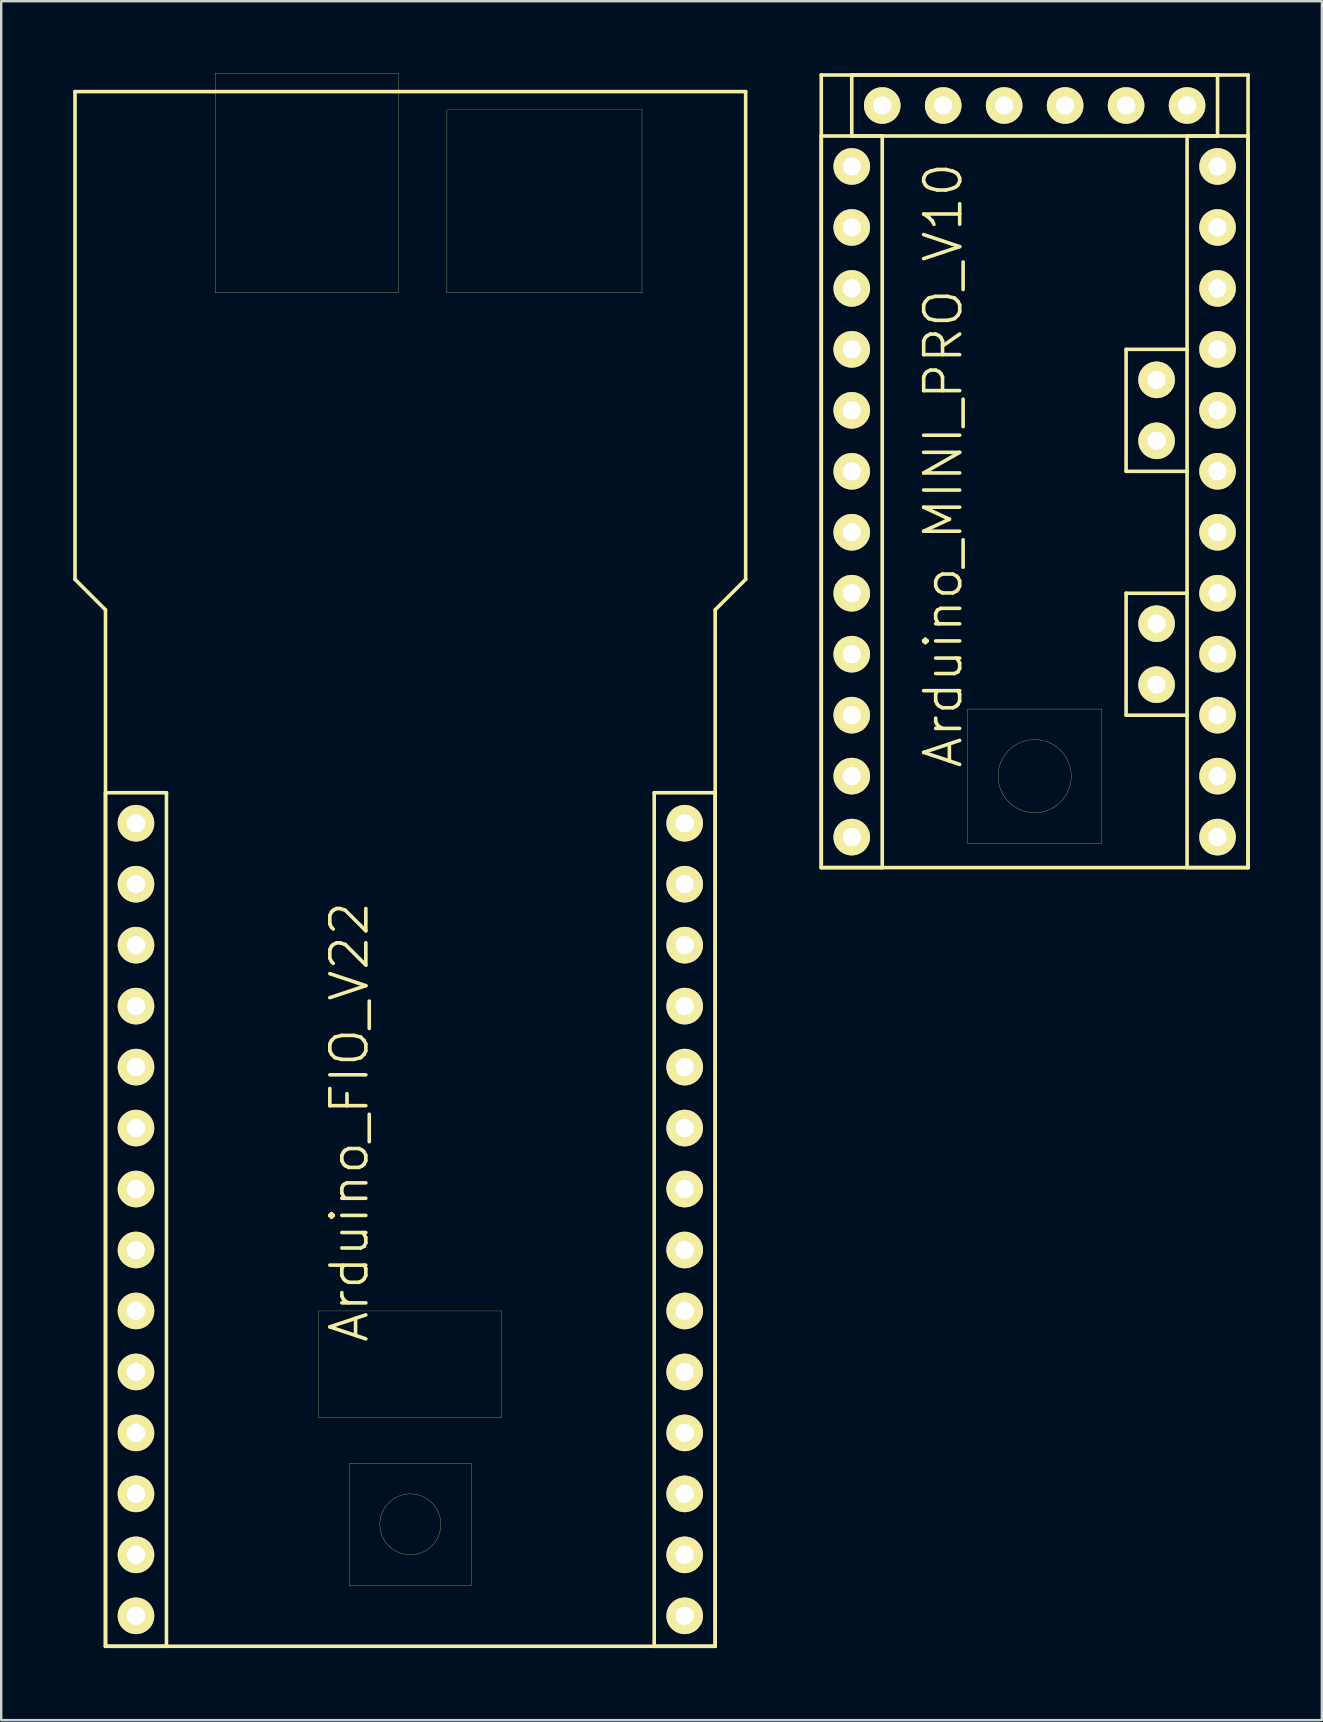
<source format=kicad_pcb>
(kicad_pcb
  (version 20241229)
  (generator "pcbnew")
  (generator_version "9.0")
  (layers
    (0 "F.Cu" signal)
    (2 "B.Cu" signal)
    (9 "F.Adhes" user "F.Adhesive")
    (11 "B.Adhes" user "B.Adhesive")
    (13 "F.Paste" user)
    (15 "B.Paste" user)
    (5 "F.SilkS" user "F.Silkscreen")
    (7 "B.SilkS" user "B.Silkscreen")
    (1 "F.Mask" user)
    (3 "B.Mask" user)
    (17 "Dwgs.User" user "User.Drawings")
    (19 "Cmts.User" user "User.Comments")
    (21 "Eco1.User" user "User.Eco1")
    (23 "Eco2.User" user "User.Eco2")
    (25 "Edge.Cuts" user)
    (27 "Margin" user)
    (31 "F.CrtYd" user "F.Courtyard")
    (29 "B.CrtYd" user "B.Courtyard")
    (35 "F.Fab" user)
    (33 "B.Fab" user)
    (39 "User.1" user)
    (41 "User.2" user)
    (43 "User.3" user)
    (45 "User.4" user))
  (footprint "Arduino_FIO_V22"
    (layer "F.Cu")
    (at 14.045 47.757)
    (property "Reference" "Arduino_FIO_V22" (at -2.54 -4.064 90) (layer "F.SilkS") (effects (font (size 1.5 1.5) (thickness 0.15))))
    (attr through_hole)
    (fp_line (start -13.97 -46.99) (end -13.97 -26.67) (stroke (width 0.15) (type solid)) (layer "F.SilkS"))
    (fp_line (start -13.97 -26.67) (end -12.7 -25.4) (stroke (width 0.15) (type solid)) (layer "F.SilkS"))
    (fp_line (start -12.7 -25.4) (end -12.7 17.78) (stroke (width 0.15) (type solid)) (layer "F.SilkS"))
    (fp_line (start -12.7 -17.78) (end -10.16 -17.78) (stroke (width 0.15) (type solid)) (layer "F.SilkS"))
    (fp_line (start -12.7 17.78) (end -12.7 -17.78) (stroke (width 0.15) (type solid)) (layer "F.SilkS"))
    (fp_line (start -12.7 17.78) (end 12.7 17.78) (stroke (width 0.15) (type solid)) (layer "F.SilkS"))
    (fp_line (start -10.16 -17.78) (end -10.16 17.78) (stroke (width 0.15) (type solid)) (layer "F.SilkS"))
    (fp_line (start -10.16 17.78) (end -12.7 17.78) (stroke (width 0.15) (type solid)) (layer "F.SilkS"))
    (fp_line (start -8.128 -47.752) (end -0.508 -47.752) (stroke (width 0.01) (type solid)) (layer "F.SilkS"))
    (fp_line (start -8.128 -38.608) (end -8.128 -47.752) (stroke (width 0.01) (type solid)) (layer "F.SilkS"))
    (fp_line (start -3.81 8.255) (end -3.81 3.81) (stroke (width 0.01) (type solid)) (layer "F.SilkS"))
    (fp_line (start -2.54 10.16) (end -2.54 15.24) (stroke (width 0.01) (type solid)) (layer "F.SilkS"))
    (fp_line (start -2.54 15.24) (end 2.54 15.24) (stroke (width 0.01) (type solid)) (layer "F.SilkS"))
    (fp_line (start -0.508 -47.752) (end -0.508 -38.608) (stroke (width 0.01) (type solid)) (layer "F.SilkS"))
    (fp_line (start -0.508 -38.608) (end -8.128 -38.608) (stroke (width 0.01) (type solid)) (layer "F.SilkS"))
    (fp_line (start 1.524 -46.228) (end 1.524 -38.608) (stroke (width 0.01) (type solid)) (layer "F.SilkS"))
    (fp_line (start 1.524 -38.608) (end 9.652 -38.608) (stroke (width 0.01) (type solid)) (layer "F.SilkS"))
    (fp_line (start 2.54 10.16) (end -2.54 10.16) (stroke (width 0.01) (type solid)) (layer "F.SilkS"))
    (fp_line (start 2.54 15.24) (end 2.54 10.16) (stroke (width 0.01) (type solid)) (layer "F.SilkS"))
    (fp_line (start 3.81 3.81) (end -3.81 3.81) (stroke (width 0.01) (type solid)) (layer "F.SilkS"))
    (fp_line (start 3.81 3.81) (end 3.81 8.255) (stroke (width 0.01) (type solid)) (layer "F.SilkS"))
    (fp_line (start 3.81 8.255) (end -3.81 8.255) (stroke (width 0.01) (type solid)) (layer "F.SilkS"))
    (fp_line (start 9.652 -46.228) (end 1.524 -46.228) (stroke (width 0.01) (type solid)) (layer "F.SilkS"))
    (fp_line (start 9.652 -38.608) (end 9.652 -46.228) (stroke (width 0.01) (type solid)) (layer "F.SilkS"))
    (fp_line (start 10.16 -17.78) (end 12.7 -17.78) (stroke (width 0.15) (type solid)) (layer "F.SilkS"))
    (fp_line (start 10.16 17.78) (end 10.16 -17.78) (stroke (width 0.15) (type solid)) (layer "F.SilkS"))
    (fp_line (start 12.7 -25.4) (end 13.97 -26.67) (stroke (width 0.15) (type solid)) (layer "F.SilkS"))
    (fp_line (start 12.7 -17.78) (end 12.7 17.78) (stroke (width 0.15) (type solid)) (layer "F.SilkS"))
    (fp_line (start 12.7 17.78) (end 10.16 17.78) (stroke (width 0.15) (type solid)) (layer "F.SilkS"))
    (fp_line (start 12.7 17.78) (end 12.7 -25.4) (stroke (width 0.15) (type solid)) (layer "F.SilkS"))
    (fp_line (start 13.97 -46.99) (end -13.97 -46.99) (stroke (width 0.15) (type solid)) (layer "F.SilkS"))
    (fp_line (start 13.97 -26.67) (end 13.97 -46.99) (stroke (width 0.15) (type solid)) (layer "F.SilkS"))
    (fp_circle (center 0 12.7) (end -1.27 12.7) (stroke (width 0.01) (type solid)) (fill no) (layer "F.SilkS"))
    (pad "2" thru_hole circle (at -11.43 -11.43) (size 1.524 1.524) (drill 0.762) (layers "*.Cu" "*.Mask" "F.SilkS"))
    (pad "3" thru_hole circle (at -11.43 -8.89) (size 1.524 1.524) (drill 0.762) (layers "*.Cu" "*.Mask" "F.SilkS"))
    (pad "3V31" thru_hole circle (at -11.43 -16.51) (size 1.524 1.524) (drill 0.762) (layers "*.Cu" "*.Mask" "F.SilkS"))
    (pad "3V32" thru_hole circle (at 11.43 -11.43) (size 1.524 1.524) (drill 0.762) (layers "*.Cu" "*.Mask" "F.SilkS"))
    (pad "4" thru_hole circle (at -11.43 -6.35) (size 1.524 1.524) (drill 0.762) (layers "*.Cu" "*.Mask" "F.SilkS"))
    (pad "5" thru_hole circle (at -11.43 -3.81) (size 1.524 1.524) (drill 0.762) (layers "*.Cu" "*.Mask" "F.SilkS"))
    (pad "6" thru_hole circle (at -11.43 -1.27) (size 1.524 1.524) (drill 0.762) (layers "*.Cu" "*.Mask" "F.SilkS"))
    (pad "7" thru_hole circle (at -11.43 1.27) (size 1.524 1.524) (drill 0.762) (layers "*.Cu" "*.Mask" "F.SilkS"))
    (pad "8" thru_hole circle (at -11.43 3.81) (size 1.524 1.524) (drill 0.762) (layers "*.Cu" "*.Mask" "F.SilkS"))
    (pad "9" thru_hole circle (at -11.43 6.35) (size 1.524 1.524) (drill 0.762) (layers "*.Cu" "*.Mask" "F.SilkS"))
    (pad "10" thru_hole circle (at -11.43 8.89) (size 1.524 1.524) (drill 0.762) (layers "*.Cu" "*.Mask" "F.SilkS"))
    (pad "11" thru_hole circle (at -11.43 11.43) (size 1.524 1.524) (drill 0.762) (layers "*.Cu" "*.Mask" "F.SilkS"))
    (pad "12" thru_hole circle (at -11.43 13.97) (size 1.524 1.524) (drill 0.762) (layers "*.Cu" "*.Mask" "F.SilkS"))
    (pad "13" thru_hole circle (at -11.43 16.51) (size 1.524 1.524) (drill 0.762) (layers "*.Cu" "*.Mask" "F.SilkS"))
    (pad "A0" thru_hole circle (at 11.43 -1.27) (size 1.524 1.524) (drill 0.762) (layers "*.Cu" "*.Mask" "F.SilkS"))
    (pad "A1" thru_hole circle (at 11.43 1.27) (size 1.524 1.524) (drill 0.762) (layers "*.Cu" "*.Mask" "F.SilkS"))
    (pad "A2" thru_hole circle (at 11.43 3.81) (size 1.524 1.524) (drill 0.762) (layers "*.Cu" "*.Mask" "F.SilkS"))
    (pad "A3" thru_hole circle (at 11.43 6.35) (size 1.524 1.524) (drill 0.762) (layers "*.Cu" "*.Mask" "F.SilkS"))
    (pad "A4" thru_hole circle (at 11.43 8.89) (size 1.524 1.524) (drill 0.762) (layers "*.Cu" "*.Mask" "F.SilkS"))
    (pad "A5" thru_hole circle (at 11.43 11.43) (size 1.524 1.524) (drill 0.762) (layers "*.Cu" "*.Mask" "F.SilkS"))
    (pad "A6" thru_hole circle (at 11.43 13.97) (size 1.524 1.524) (drill 0.762) (layers "*.Cu" "*.Mask" "F.SilkS"))
    (pad "A7" thru_hole circle (at 11.43 16.51) (size 1.524 1.524) (drill 0.762) (layers "*.Cu" "*.Mask" "F.SilkS"))
    (pad "AREF" thru_hole circle (at 11.43 -13.97) (size 1.524 1.524) (drill 0.762) (layers "*.Cu" "*.Mask" "F.SilkS"))
    (pad "DTR" thru_hole circle (at 11.43 -3.81) (size 1.524 1.524) (drill 0.762) (layers "*.Cu" "*.Mask" "F.SilkS"))
    (pad "GND1" thru_hole circle (at -11.43 -13.97) (size 1.524 1.524) (drill 0.762) (layers "*.Cu" "*.Mask" "F.SilkS"))
    (pad "GND2" thru_hole circle (at 11.43 -16.51) (size 1.524 1.524) (drill 0.762) (layers "*.Cu" "*.Mask" "F.SilkS"))
    (pad "RX" thru_hole circle (at 11.43 -8.89) (size 1.524 1.524) (drill 0.762) (layers "*.Cu" "*.Mask" "F.SilkS"))
    (pad "TX" thru_hole circle (at 11.43 -6.35) (size 1.524 1.524) (drill 0.762) (layers "*.Cu" "*.Mask" "F.SilkS")))
  (footprint "Arduino_MINI_PRO_V10"
    (layer "F.Cu")
    (at 40.055 16.585)
    (property "Reference" "Arduino_MINI_PRO_V10" (at -3.81 -0.254 90) (layer "F.SilkS") (effects (font (size 1.5 1.5) (thickness 0.15))))
    (attr through_hole)
    (fp_line (start -8.89 -16.51) (end -8.89 16.51) (stroke (width 0.15) (type solid)) (layer "F.SilkS"))
    (fp_line (start -8.89 -13.97) (end -6.35 -13.97) (stroke (width 0.15) (type solid)) (layer "F.SilkS"))
    (fp_line (start -8.89 16.51) (end -8.89 -13.97) (stroke (width 0.15) (type solid)) (layer "F.SilkS"))
    (fp_line (start -8.89 16.51) (end 8.89 16.51) (stroke (width 0.15) (type solid)) (layer "F.SilkS"))
    (fp_line (start -7.62 -16.51) (end 7.62 -16.51) (stroke (width 0.15) (type solid)) (layer "F.SilkS"))
    (fp_line (start -7.62 -13.97) (end -7.62 -16.51) (stroke (width 0.15) (type solid)) (layer "F.SilkS"))
    (fp_line (start -6.35 -13.97) (end -6.35 16.51) (stroke (width 0.15) (type solid)) (layer "F.SilkS"))
    (fp_line (start -6.35 16.51) (end -8.89 16.51) (stroke (width 0.15) (type solid)) (layer "F.SilkS"))
    (fp_line (start -2.794 9.906) (end 2.794 9.906) (stroke (width 0.01) (type solid)) (layer "F.SilkS"))
    (fp_line (start -2.794 15.494) (end -2.794 9.906) (stroke (width 0.01) (type solid)) (layer "F.SilkS"))
    (fp_line (start -2.667 15.494) (end -2.794 15.494) (stroke (width 0.01) (type solid)) (layer "F.SilkS"))
    (fp_line (start 2.794 9.906) (end 2.794 15.494) (stroke (width 0.01) (type solid)) (layer "F.SilkS"))
    (fp_line (start 2.794 15.494) (end -2.667 15.494) (stroke (width 0.01) (type solid)) (layer "F.SilkS"))
    (fp_line (start 3.81 -5.08) (end 3.81 0) (stroke (width 0.15) (type solid)) (layer "F.SilkS"))
    (fp_line (start 3.81 0) (end 6.35 0) (stroke (width 0.15) (type solid)) (layer "F.SilkS"))
    (fp_line (start 3.81 5.08) (end 3.81 10.16) (stroke (width 0.15) (type solid)) (layer "F.SilkS"))
    (fp_line (start 3.81 10.16) (end 6.35 10.16) (stroke (width 0.15) (type solid)) (layer "F.SilkS"))
    (fp_line (start 6.35 -13.97) (end 6.35 16.51) (stroke (width 0.15) (type solid)) (layer "F.SilkS"))
    (fp_line (start 6.35 -5.08) (end 3.81 -5.08) (stroke (width 0.15) (type solid)) (layer "F.SilkS"))
    (fp_line (start 6.35 5.08) (end 3.81 5.08) (stroke (width 0.15) (type solid)) (layer "F.SilkS"))
    (fp_line (start 6.35 16.51) (end 8.89 16.51) (stroke (width 0.15) (type solid)) (layer "F.SilkS"))
    (fp_line (start 7.62 -16.51) (end 7.62 -13.97) (stroke (width 0.15) (type solid)) (layer "F.SilkS"))
    (fp_line (start 7.62 -13.97) (end -7.62 -13.97) (stroke (width 0.15) (type solid)) (layer "F.SilkS"))
    (fp_line (start 8.89 -16.51) (end -8.89 -16.51) (stroke (width 0.15) (type solid)) (layer "F.SilkS"))
    (fp_line (start 8.89 -13.97) (end 6.35 -13.97) (stroke (width 0.15) (type solid)) (layer "F.SilkS"))
    (fp_line (start 8.89 16.51) (end 8.89 -16.51) (stroke (width 0.15) (type solid)) (layer "F.SilkS"))
    (fp_line (start 8.89 16.51) (end 8.89 -13.97) (stroke (width 0.15) (type solid)) (layer "F.SilkS"))
    (fp_circle (center 0 12.7) (end 0 14.224) (stroke (width 0.01) (type solid)) (fill no) (layer "F.SilkS"))
    (pad "2" thru_hole circle (at -7.62 -2.54) (size 1.524 1.524) (drill 0.762) (layers "*.Cu" "*.Mask" "F.SilkS"))
    (pad "3" thru_hole circle (at -7.62 0) (size 1.524 1.524) (drill 0.762) (layers "*.Cu" "*.Mask" "F.SilkS"))
    (pad "4" thru_hole circle (at -7.62 2.54) (size 1.524 1.524) (drill 0.762) (layers "*.Cu" "*.Mask" "F.SilkS"))
    (pad "5" thru_hole circle (at -7.62 5.08) (size 1.524 1.524) (drill 0.762) (layers "*.Cu" "*.Mask" "F.SilkS"))
    (pad "6" thru_hole circle (at -7.62 7.62) (size 1.524 1.524) (drill 0.762) (layers "*.Cu" "*.Mask" "F.SilkS"))
    (pad "7" thru_hole circle (at -7.62 10.16) (size 1.524 1.524) (drill 0.762) (layers "*.Cu" "*.Mask" "F.SilkS"))
    (pad "8" thru_hole circle (at -7.62 12.7) (size 1.524 1.524) (drill 0.762) (layers "*.Cu" "*.Mask" "F.SilkS"))
    (pad "9" thru_hole circle (at -7.62 15.24) (size 1.524 1.524) (drill 0.762) (layers "*.Cu" "*.Mask" "F.SilkS"))
    (pad "10" thru_hole circle (at 7.62 15.24) (size 1.524 1.524) (drill 0.762) (layers "*.Cu" "*.Mask" "F.SilkS"))
    (pad "11" thru_hole circle (at 7.62 12.7) (size 1.524 1.524) (drill 0.762) (layers "*.Cu" "*.Mask" "F.SilkS"))
    (pad "12" thru_hole circle (at 7.62 10.16) (size 1.524 1.524) (drill 0.762) (layers "*.Cu" "*.Mask" "F.SilkS"))
    (pad "13" thru_hole circle (at 7.62 7.62) (size 1.524 1.524) (drill 0.762) (layers "*.Cu" "*.Mask" "F.SilkS"))
    (pad "A0" thru_hole circle (at 7.62 5.08) (size 1.524 1.524) (drill 0.762) (layers "*.Cu" "*.Mask" "F.SilkS"))
    (pad "A1" thru_hole circle (at 7.62 2.54) (size 1.524 1.524) (drill 0.762) (layers "*.Cu" "*.Mask" "F.SilkS"))
    (pad "A2" thru_hole circle (at 7.62 0) (size 1.524 1.524) (drill 0.762) (layers "*.Cu" "*.Mask" "F.SilkS"))
    (pad "A3" thru_hole circle (at 7.62 -2.54) (size 1.524 1.524) (drill 0.762) (layers "*.Cu" "*.Mask" "F.SilkS"))
    (pad "A4" thru_hole circle (at 5.08 -1.27) (size 1.524 1.524) (drill 0.762) (layers "*.Cu" "*.Mask" "F.SilkS"))
    (pad "A5" thru_hole circle (at 5.08 -3.81) (size 1.524 1.524) (drill 0.762) (layers "*.Cu" "*.Mask" "F.SilkS"))
    (pad "A6" thru_hole circle (at 5.08 8.89) (size 1.524 1.524) (drill 0.762) (layers "*.Cu" "*.Mask" "F.SilkS"))
    (pad "A7" thru_hole circle (at 5.08 6.35) (size 1.524 1.524) (drill 0.762) (layers "*.Cu" "*.Mask" "F.SilkS"))
    (pad "BLK" thru_hole circle (at 6.35 -15.24) (size 1.524 1.524) (drill 0.762) (layers "*.Cu" "*.Mask" "F.SilkS"))
    (pad "GND1" thru_hole circle (at 3.81 -15.24) (size 1.524 1.524) (drill 0.762) (layers "*.Cu" "*.Mask" "F.SilkS"))
    (pad "GND2" thru_hole circle (at -7.62 -5.08) (size 1.524 1.524) (drill 0.762) (layers "*.Cu" "*.Mask" "F.SilkS"))
    (pad "GND3" thru_hole circle (at 7.62 -10.16) (size 1.524 1.524) (drill 0.762) (layers "*.Cu" "*.Mask" "F.SilkS"))
    (pad "GRN" thru_hole circle (at -6.35 -15.24) (size 1.524 1.524) (drill 0.762) (layers "*.Cu" "*.Mask" "F.SilkS"))
    (pad "RAW" thru_hole circle (at 7.62 -12.7) (size 1.524 1.524) (drill 0.762) (layers "*.Cu" "*.Mask" "F.SilkS"))
    (pad "RST1" thru_hole circle (at -7.62 -7.62) (size 1.524 1.524) (drill 0.762) (layers "*.Cu" "*.Mask" "F.SilkS"))
    (pad "RST2" thru_hole circle (at 7.62 -7.62) (size 1.524 1.524) (drill 0.762) (layers "*.Cu" "*.Mask" "F.SilkS"))
    (pad "RX/1" thru_hole circle (at -1.27 -15.24) (size 1.524 1.524) (drill 0.762) (layers "*.Cu" "*.Mask" "F.SilkS"))
    (pad "RX/2" thru_hole circle (at -7.62 -10.16) (size 1.524 1.524) (drill 0.762) (layers "*.Cu" "*.Mask" "F.SilkS"))
    (pad "TX/1" thru_hole circle (at -3.81 -15.24) (size 1.524 1.524) (drill 0.762) (layers "*.Cu" "*.Mask" "F.SilkS"))
    (pad "TX/2" thru_hole circle (at -7.62 -12.7) (size 1.524 1.524) (drill 0.762) (layers "*.Cu" "*.Mask" "F.SilkS"))
    (pad "VCC1" thru_hole circle (at 1.27 -15.24) (size 1.524 1.524) (drill 0.762) (layers "*.Cu" "*.Mask" "F.SilkS"))
    (pad "VCC2" thru_hole circle (at 7.62 -5.08) (size 1.524 1.524) (drill 0.762) (layers "*.Cu" "*.Mask" "F.SilkS")))
  (gr_rect
    (start -3 -3)
    (end 52.02 68.612)
    (stroke (width 0.1) (type default))
    (fill no)
    (layer "Edge.Cuts")))
</source>
